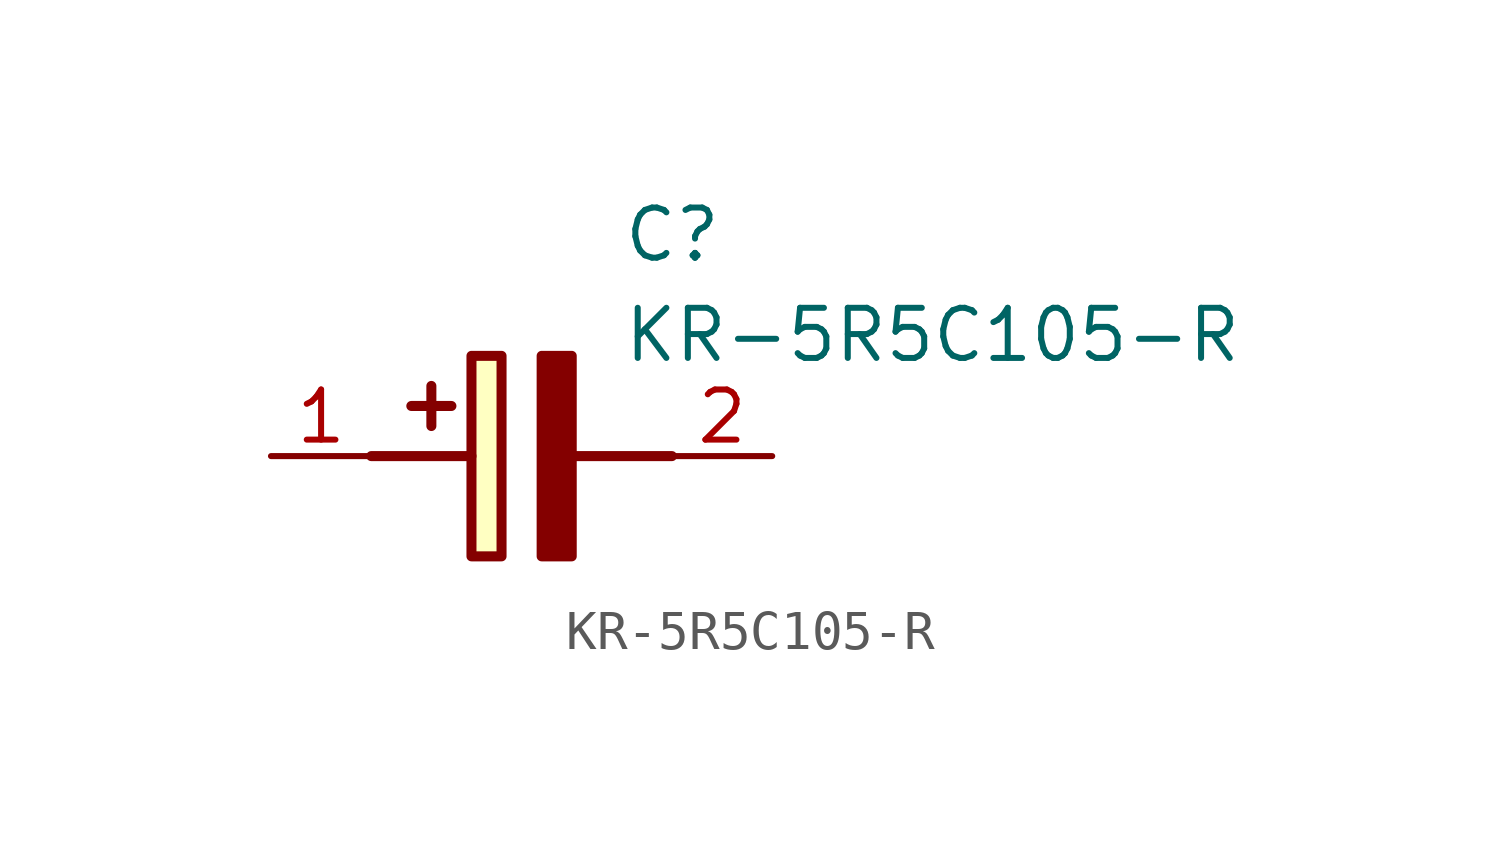
<source format=kicad_sym>
(kicad_symbol_lib
  (version 20211014)
  (generator SamacSys_ECAD_Model)
  (symbol "KR-5R5C105-R"
    (pin_names hide)
    (property "Reference" "C"
      (at 8.89 6.35 0)
      (effects (font (size 1.27 1.27)) (justify left top)))
    (property "Value" "KR-5R5C105-R"
      (at 8.89 3.81 0)
      (effects (font (size 1.27 1.27)) (justify left top)))
    (rectangle
      (start 5.08 2.54)
      (end 5.842 -2.54)
      (stroke (width 0.254) (type default))
      (fill (type background)))
    (polyline
      (pts (xy 4.572 1.27) (xy 3.556 1.27))
      (stroke (width 0.254) (type default))
      (fill (type none)))
    (polyline
      (pts (xy 4.064 1.778) (xy 4.064 0.762))
      (stroke (width 0.254) (type default))
      (fill (type none)))
    (polyline
      (pts (xy 2.54 0) (xy 5.08 0))
      (stroke (width 0.254) (type default))
      (fill (type none)))
    (polyline
      (pts (xy 7.62 0) (xy 10.16 0))
      (stroke (width 0.254) (type default))
      (fill (type none)))
    (polyline
      (pts (xy 7.62 2.54) (xy 7.62 -2.54) (xy 6.858 -2.54) (xy 6.858 2.54) (xy 7.62 2.54))
      (stroke (width 0.254) (type default))
      (fill (type outline)))
    (pin passive line
      (at 0 0 0)
      (length 2.54)
      (name "+" (effects (font (size 1.27 1.27))))
      (number "1" (effects (font (size 1.27 1.27)))))
    (pin passive line
      (at 12.7 0 180)
      (length 2.54)
      (name "-" (effects (font (size 1.27 1.27))))
      (number "2" (effects (font (size 1.27 1.27)))))))
</source>
